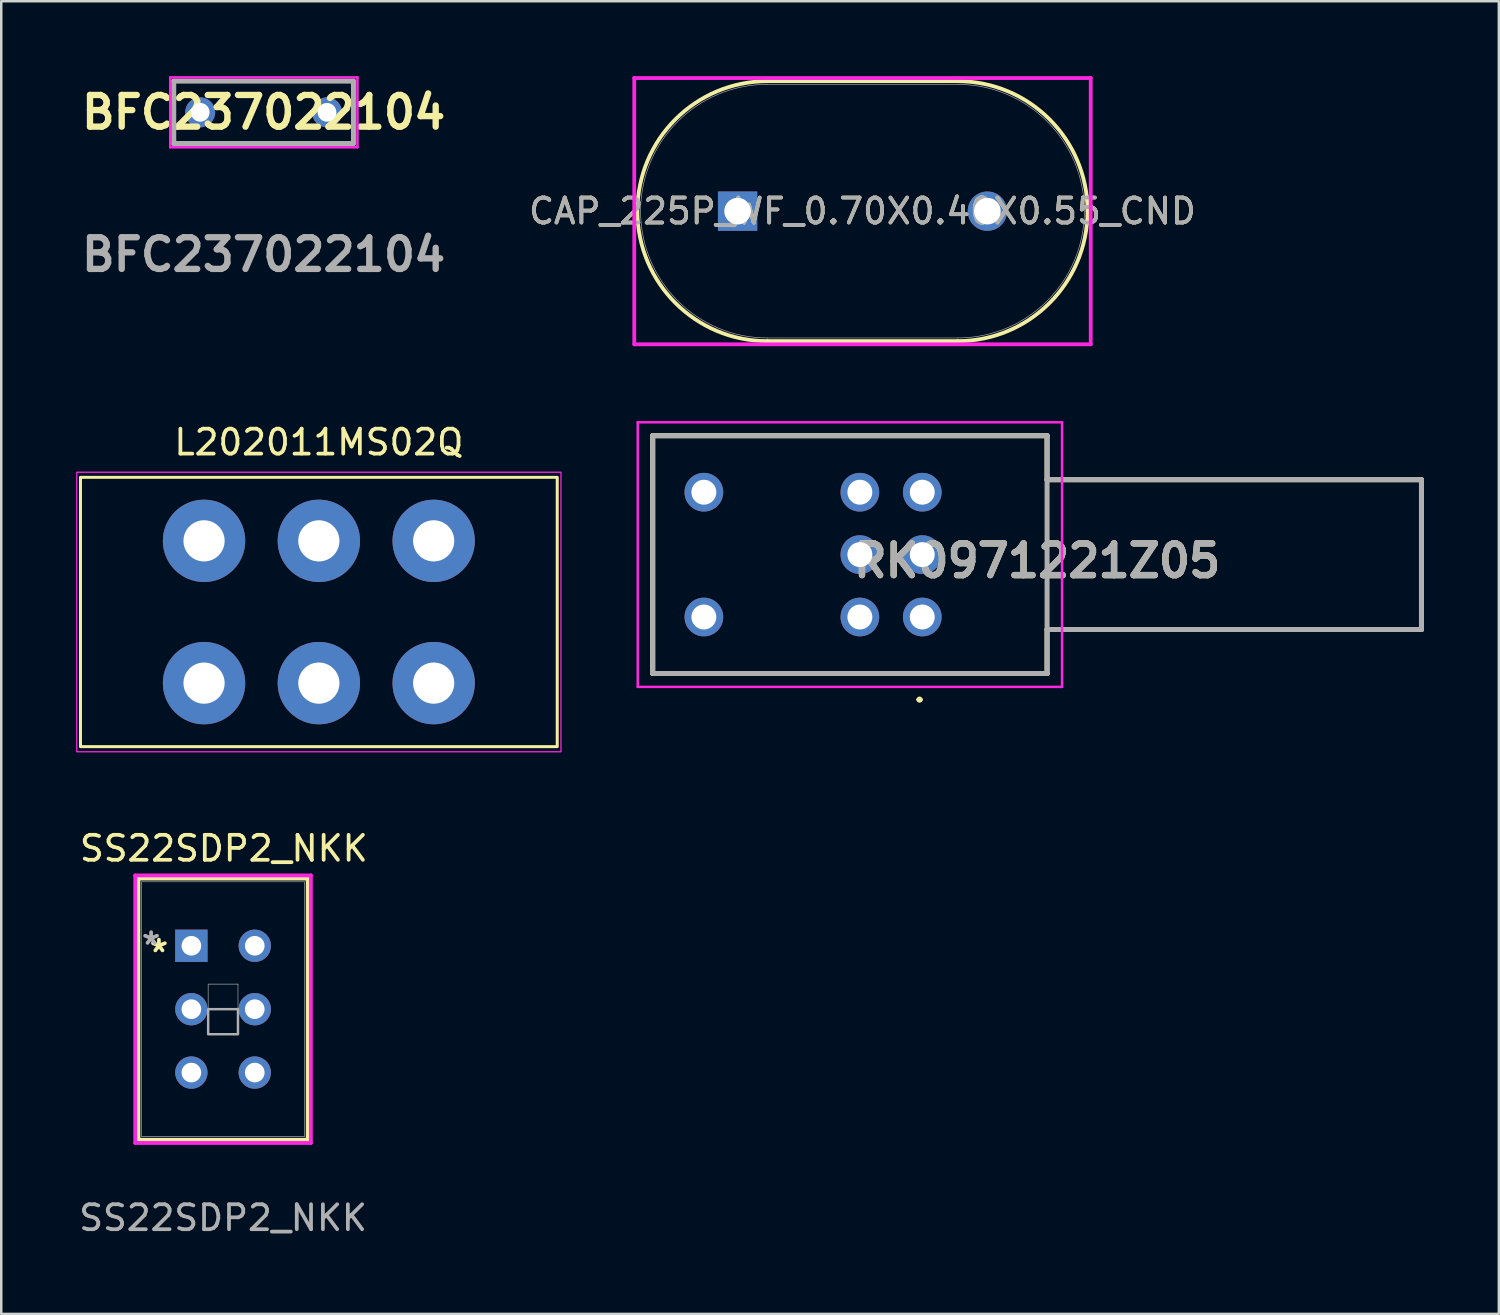
<source format=kicad_pcb>
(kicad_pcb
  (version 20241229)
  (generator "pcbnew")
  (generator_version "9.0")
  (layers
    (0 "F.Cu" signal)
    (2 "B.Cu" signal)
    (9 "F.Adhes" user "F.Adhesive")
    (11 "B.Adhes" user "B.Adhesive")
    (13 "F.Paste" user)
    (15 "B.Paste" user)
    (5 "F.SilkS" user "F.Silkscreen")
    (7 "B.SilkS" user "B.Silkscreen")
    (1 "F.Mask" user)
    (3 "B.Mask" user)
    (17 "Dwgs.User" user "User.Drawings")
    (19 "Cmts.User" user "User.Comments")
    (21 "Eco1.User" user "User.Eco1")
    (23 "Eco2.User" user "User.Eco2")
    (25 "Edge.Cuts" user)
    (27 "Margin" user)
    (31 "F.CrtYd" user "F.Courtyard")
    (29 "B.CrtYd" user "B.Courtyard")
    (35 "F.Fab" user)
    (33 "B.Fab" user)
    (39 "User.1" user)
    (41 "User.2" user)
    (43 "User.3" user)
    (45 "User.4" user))
  (footprint "CAP_225P_WF_0.70X0.40X0.55_CND"
    (layer "F.Cu")
    (at 26.501 5.41)
    (property "Reference" "CAP_225P_WF_0.70X0.40X0.55_CND" (at 5.004 0 0) (unlocked yes) (layer "F.SilkS") (effects (font (size 1 1) (thickness 0.15))))
    (attr through_hole)
    (fp_line (start 1.194 -5.207) (end 8.814 -5.207) (stroke (width 0.152) (type solid)) (layer "F.SilkS"))
    (fp_line (start 1.194 5.207) (end 8.814 5.207) (stroke (width 0.152) (type solid)) (layer "F.SilkS"))
    (fp_arc (start 1.1938 5.207) (mid -4.0132 0) (end 1.1938 -5.207) (stroke (width 0.1524) (type solid)) (layer "F.SilkS"))
    (fp_arc (start 8.8138 -5.207) (mid 12.495705 -3.681905) (end 14.0208 0) (stroke (width 0.1524) (type solid)) (layer "F.SilkS"))
    (fp_arc (start 14.0208 0) (mid 12.495705 3.681905) (end 8.8138 5.207) (stroke (width 0.1524) (type solid)) (layer "F.SilkS"))
    (fp_line (start -4.14 -5.334) (end 14.148 -5.334) (stroke (width 0.152) (type solid)) (layer "F.CrtYd"))
    (fp_line (start -4.14 5.334) (end -4.14 -5.334) (stroke (width 0.152) (type solid)) (layer "F.CrtYd"))
    (fp_line (start 14.148 -5.334) (end 14.148 5.334) (stroke (width 0.152) (type solid)) (layer "F.CrtYd"))
    (fp_line (start 14.148 5.334) (end -4.14 5.334) (stroke (width 0.152) (type solid)) (layer "F.CrtYd"))
    (fp_line (start 1.194 -5.08) (end 8.814 -5.08) (stroke (width 0.025) (type solid)) (layer "F.Fab"))
    (fp_line (start 1.194 5.08) (end 8.814 5.08) (stroke (width 0.025) (type solid)) (layer "F.Fab"))
    (fp_arc (start 1.1938 5.08) (mid -3.8862 0) (end 1.1938 -5.08) (stroke (width 0.0254) (type solid)) (layer "F.Fab"))
    (fp_arc (start 8.8138 -5.08) (mid 13.8938 0) (end 8.8138 5.08) (stroke (width 0.0254) (type solid)) (layer "F.Fab"))
    (fp_text user "${REFERENCE}" (at 5.004 0 0) (unlocked yes) (layer "F.Fab") (effects (font (size 1 1) (thickness 0.15))))
    (pad "1" thru_hole rect (at 0 0) (size 1.575 1.575) (drill 1.067) (layers "*.Cu" "*.Mask"))
    (pad "2" thru_hole circle (at 10.008 0) (size 1.575 1.575) (drill 1.067) (layers "*.Cu" "*.Mask")))
  (footprint "L202011MS02Q"
    (layer "F.Cu")
    (at 9.725 21.469)
    (property "Reference" "L202011MS02Q" (at 0 -6.8 0) (unlocked yes) (layer "F.SilkS") (effects (font (size 1 1) (thickness 0.15))))
    (attr through_hole)
    (fp_rect (start -9.55 -5.395) (end 9.55 5.395) (stroke (width 0.12) (type default)) (fill no) (layer "F.SilkS"))
    (fp_rect (start -9.7 -5.6) (end 9.7 5.6) (stroke (width 0.05) (type default)) (fill no) (layer "F.CrtYd"))
    (pad "1" thru_hole circle (at -4.6 -2.85) (size 3.3 3.3) (drill 1.65) (layers "*.Cu" "*.Mask"))
    (pad "2" thru_hole circle (at 0 -2.85) (size 3.3 3.3) (drill 1.65) (layers "*.Cu" "*.Mask"))
    (pad "3" thru_hole circle (at 4.6 -2.85) (size 3.3 3.3) (drill 1.65) (layers "*.Cu" "*.Mask"))
    (pad "4" thru_hole circle (at -4.6 2.85) (size 3.3 3.3) (drill 1.65) (layers "*.Cu" "*.Mask"))
    (pad "5" thru_hole circle (at 0 2.85) (size 3.3 3.3) (drill 1.65) (layers "*.Cu" "*.Mask"))
    (pad "6" thru_hole circle (at 4.6 2.85) (size 3.3 3.3) (drill 1.65) (layers "*.Cu" "*.Mask")))
  (footprint "BFC237022104"
    (layer "F.Cu")
    (at 4.971 1.45)
    (property "Reference" "BFC237022104" (at 2.54 0 0) (layer "F.SilkS") (effects (font (size 1.27 1.27) (thickness 0.254))))
    (attr through_hole)
    (fp_line (start -1.06 -1.25) (end 6.14 -1.25) (stroke (width 0.1) (type solid)) (layer "F.SilkS"))
    (fp_line (start -1.06 1.25) (end -1.06 -1.25) (stroke (width 0.1) (type solid)) (layer "F.SilkS"))
    (fp_line (start 6.14 -1.25) (end 6.14 1.25) (stroke (width 0.1) (type solid)) (layer "F.SilkS"))
    (fp_line (start 6.14 1.25) (end -1.06 1.25) (stroke (width 0.1) (type solid)) (layer "F.SilkS"))
    (fp_line (start -1.2 -1.4) (end 6.3 -1.4) (stroke (width 0.1) (type solid)) (layer "F.CrtYd"))
    (fp_line (start -1.2 1.4) (end -1.2 -1.4) (stroke (width 0.1) (type solid)) (layer "F.CrtYd"))
    (fp_line (start 6.3 -1.4) (end 6.3 1.4) (stroke (width 0.1) (type solid)) (layer "F.CrtYd"))
    (fp_line (start 6.3 1.4) (end -1.2 1.4) (stroke (width 0.1) (type solid)) (layer "F.CrtYd"))
    (fp_line (start -1.06 -1.25) (end 6.14 -1.25) (stroke (width 0.2) (type solid)) (layer "F.Fab"))
    (fp_line (start -1.06 1.25) (end -1.06 -1.25) (stroke (width 0.2) (type solid)) (layer "F.Fab"))
    (fp_line (start 6.14 -1.25) (end 6.14 1.25) (stroke (width 0.2) (type solid)) (layer "F.Fab"))
    (fp_line (start 6.14 1.25) (end -1.06 1.25) (stroke (width 0.2) (type solid)) (layer "F.Fab"))
    (fp_text user "${REFERENCE}" (at 2.54 5.7 0) (layer "F.Fab") (effects (font (size 1.27 1.27) (thickness 0.254))))
    (pad "1" thru_hole circle (at 0 0) (size 1.2 1.2) (drill 0.75) (layers "*.Cu" "*.Mask"))
    (pad "2" thru_hole circle (at 5.08 0) (size 1.2 1.2) (drill 0.75) (layers "*.Cu" "*.Mask")))
  (footprint "RK0971221Z05"
    (layer "F.Cu")
    (at 38.9 19.17)
    (property "Reference" "RK0971221Z05" (at -0.4 0.247 0) (layer "F.SilkS") (effects (font (size 1.27 1.27) (thickness 0.254))))
    (attr through_hole)
    (fp_line (start -15.8 -4.764) (end -15.8 4.764) (stroke (width 0.2) (type solid)) (layer "F.SilkS"))
    (fp_line (start -15.8 4.764) (end 0 4.764) (stroke (width 0.2) (type solid)) (layer "F.SilkS"))
    (fp_line (start -5.171 5.81) (end -5.171 5.81) (stroke (width 0.123) (type solid)) (layer "F.SilkS"))
    (fp_line (start -5.048 5.81) (end -5.048 5.81) (stroke (width 0.123) (type solid)) (layer "F.SilkS"))
    (fp_line (start 0 -4.764) (end -15.8 -4.764) (stroke (width 0.2) (type solid)) (layer "F.SilkS"))
    (fp_line (start 0 -3) (end 0 -4.764) (stroke (width 0.2) (type solid)) (layer "F.SilkS"))
    (fp_line (start 0 3) (end 15 3) (stroke (width 0.2) (type solid)) (layer "F.SilkS"))
    (fp_line (start 0 4.764) (end 0 3) (stroke (width 0.2) (type solid)) (layer "F.SilkS"))
    (fp_line (start 15 -3) (end 0 -3) (stroke (width 0.2) (type solid)) (layer "F.SilkS"))
    (fp_line (start 15 3) (end 15 -3) (stroke (width 0.2) (type solid)) (layer "F.SilkS"))
    (fp_arc (start -5.171 5.809) (mid -5.109 5.748) (end -5.048 5.81) (stroke (width 0.123) (type solid)) (layer "F.SilkS"))
    (fp_arc (start -5.048 5.81) (mid -5.1095 5.8715) (end -5.171 5.81) (stroke (width 0.123) (type solid)) (layer "F.SilkS"))
    (fp_line (start -16.4 -5.3) (end 0.6 -5.3) (stroke (width 0.1) (type solid)) (layer "F.CrtYd"))
    (fp_line (start -16.4 5.3) (end -16.4 -5.3) (stroke (width 0.1) (type solid)) (layer "F.CrtYd"))
    (fp_line (start 0.6 -5.3) (end 0.6 5.3) (stroke (width 0.1) (type solid)) (layer "F.CrtYd"))
    (fp_line (start 0.6 5.3) (end -16.4 5.3) (stroke (width 0.1) (type solid)) (layer "F.CrtYd"))
    (fp_line (start -15.8 -4.764) (end 0 -4.764) (stroke (width 0.2) (type solid)) (layer "F.Fab"))
    (fp_line (start -15.8 4.764) (end -15.8 -4.764) (stroke (width 0.2) (type solid)) (layer "F.Fab"))
    (fp_line (start 0 -4.764) (end 0 4.764) (stroke (width 0.2) (type solid)) (layer "F.Fab"))
    (fp_line (start 0 -3) (end 15 -3) (stroke (width 0.2) (type solid)) (layer "F.Fab"))
    (fp_line (start 0 4.764) (end -15.8 4.764) (stroke (width 0.2) (type solid)) (layer "F.Fab"))
    (fp_line (start 15 -3) (end 15 3) (stroke (width 0.2) (type solid)) (layer "F.Fab"))
    (fp_line (start 15 3) (end 0 3) (stroke (width 0.2) (type solid)) (layer "F.Fab"))
    (fp_text user "${REFERENCE}" (at -0.4 0.247 0) (layer "F.Fab") (effects (font (size 1.27 1.27) (thickness 0.254))))
    (pad "1" thru_hole circle (at -5 2.5) (size 1.55 1.55) (drill 1) (layers "*.Cu" "*.Mask"))
    (pad "2" thru_hole circle (at -5 0) (size 1.55 1.55) (drill 1) (layers "*.Cu" "*.Mask"))
    (pad "3" thru_hole circle (at -5 -2.5) (size 1.55 1.55) (drill 1) (layers "*.Cu" "*.Mask"))
    (pad "4" thru_hole circle (at -7.5 2.5) (size 1.55 1.55) (drill 1) (layers "*.Cu" "*.Mask"))
    (pad "5" thru_hole circle (at -7.5 0) (size 1.55 1.55) (drill 1) (layers "*.Cu" "*.Mask"))
    (pad "6" thru_hole circle (at -7.5 -2.5) (size 1.55 1.55) (drill 1) (layers "*.Cu" "*.Mask"))
    (pad "7" thru_hole circle (at -13.75 2.5) (size 1.55 1.55) (drill 1) (layers "*.Cu" "*.Mask"))
    (pad "8" thru_hole circle (at -13.75 -2.5) (size 1.55 1.55) (drill 1) (layers "*.Cu" "*.Mask")))
  (footprint "SS22SDP2_NKK"
    (layer "F.Cu")
    (at 4.617 34.842)
    (property "Reference" "SS22SDP2_NKK" (at 1.3 -3.9 0) (unlocked yes) (layer "F.SilkS") (effects (font (size 1 1) (thickness 0.15))))
    (attr through_hole)
    (fp_line (start -2.121 -2.692) (end -2.121 7.772) (stroke (width 0.152) (type solid)) (layer "F.SilkS"))
    (fp_line (start -2.121 7.772) (end 4.661 7.772) (stroke (width 0.152) (type solid)) (layer "F.SilkS"))
    (fp_line (start 4.661 -2.692) (end -2.121 -2.692) (stroke (width 0.152) (type solid)) (layer "F.SilkS"))
    (fp_line (start 4.661 7.772) (end 4.661 -2.692) (stroke (width 0.152) (type solid)) (layer "F.SilkS"))
    (fp_line (start -2.248 -2.819) (end -2.248 7.899) (stroke (width 0.152) (type solid)) (layer "F.CrtYd"))
    (fp_line (start -2.248 7.899) (end 4.788 7.899) (stroke (width 0.152) (type solid)) (layer "F.CrtYd"))
    (fp_line (start 4.788 -2.819) (end -2.248 -2.819) (stroke (width 0.152) (type solid)) (layer "F.CrtYd"))
    (fp_line (start 4.788 7.899) (end 4.788 -2.819) (stroke (width 0.152) (type solid)) (layer "F.CrtYd"))
    (fp_line (start -1.994 -2.565) (end -1.994 7.645) (stroke (width 0.025) (type solid)) (layer "F.Fab"))
    (fp_line (start -1.994 7.645) (end 4.534 7.645) (stroke (width 0.025) (type solid)) (layer "F.Fab"))
    (fp_line (start 0.673 1.537) (end 1.867 1.537) (stroke (width 0.025) (type solid)) (layer "F.Fab"))
    (fp_line (start 0.673 3.543) (end 0.673 1.537) (stroke (width 0.025) (type solid)) (layer "F.Fab"))
    (fp_line (start 1.867 1.537) (end 1.867 3.543) (stroke (width 0.025) (type solid)) (layer "F.Fab"))
    (fp_line (start 1.867 3.543) (end 0.673 3.543) (stroke (width 0.025) (type solid)) (layer "F.Fab"))
    (fp_line (start 4.534 -2.565) (end -1.994 -2.565) (stroke (width 0.025) (type solid)) (layer "F.Fab"))
    (fp_line (start 4.534 7.645) (end 4.534 -2.565) (stroke (width 0.025) (type solid)) (layer "F.Fab"))
    (fp_poly (pts (xy 0.673 3.543) (xy 0.673 2.54) (xy 1.867 2.54) (xy 1.867 3.543)) (stroke (width 0.1) (type solid)) (fill no) (layer "F.Fab"))
    (fp_text user "*" (at -1.3 0.3 0) (layer "F.SilkS") (effects (font (size 1 1) (thickness 0.15))))
    (fp_text user "*" (at -1.613 0 0) (unlocked yes) (layer "F.Fab") (effects (font (size 1 1) (thickness 0.15))))
    (fp_text user "${REFERENCE}" (at 1.27 10.9 0) (unlocked yes) (layer "F.Fab") (effects (font (size 1 1) (thickness 0.15))))
    (pad "1" thru_hole rect (at 0 0) (size 1.295 1.295) (drill 0.787) (layers "*.Cu" "*.Mask"))
    (pad "2" thru_hole circle (at 0 2.54) (size 1.295 1.295) (drill 0.787) (layers "*.Cu" "*.Mask"))
    (pad "3" thru_hole circle (at 0 5.08) (size 1.295 1.295) (drill 0.787) (layers "*.Cu" "*.Mask"))
    (pad "4" thru_hole circle (at 2.54 0) (size 1.295 1.295) (drill 0.787) (layers "*.Cu" "*.Mask"))
    (pad "5" thru_hole circle (at 2.54 2.54) (size 1.295 1.295) (drill 0.787) (layers "*.Cu" "*.Mask"))
    (pad "6" thru_hole circle (at 2.54 5.08) (size 1.295 1.295) (drill 0.787) (layers "*.Cu" "*.Mask")))
  (gr_rect
    (start -3 -3)
    (end 57 49.59)
    (stroke (width 0.1) (type default))
    (fill no)
    (layer "Edge.Cuts")))
</source>
